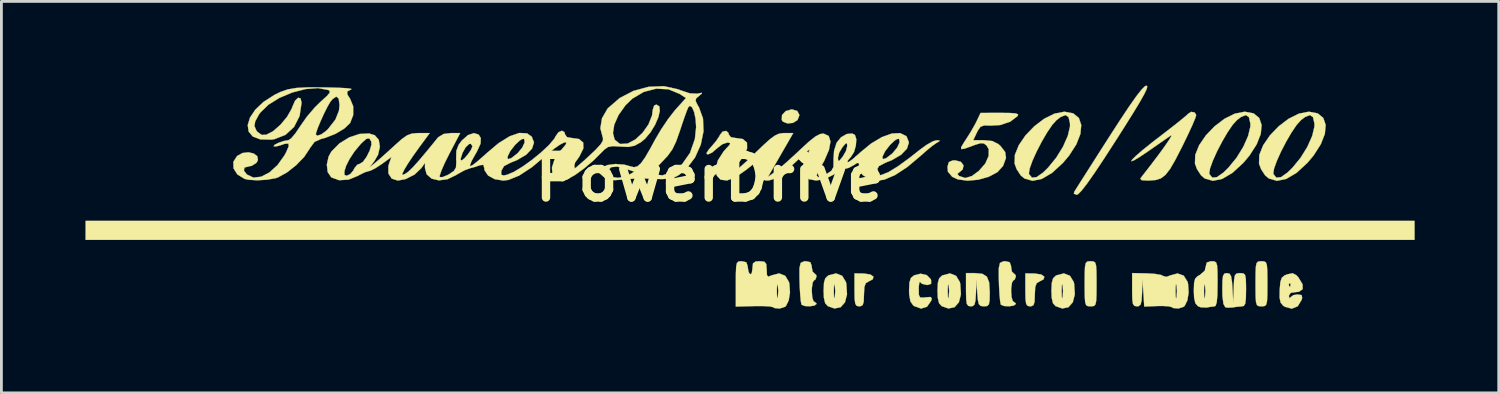
<source format=kicad_pcb>
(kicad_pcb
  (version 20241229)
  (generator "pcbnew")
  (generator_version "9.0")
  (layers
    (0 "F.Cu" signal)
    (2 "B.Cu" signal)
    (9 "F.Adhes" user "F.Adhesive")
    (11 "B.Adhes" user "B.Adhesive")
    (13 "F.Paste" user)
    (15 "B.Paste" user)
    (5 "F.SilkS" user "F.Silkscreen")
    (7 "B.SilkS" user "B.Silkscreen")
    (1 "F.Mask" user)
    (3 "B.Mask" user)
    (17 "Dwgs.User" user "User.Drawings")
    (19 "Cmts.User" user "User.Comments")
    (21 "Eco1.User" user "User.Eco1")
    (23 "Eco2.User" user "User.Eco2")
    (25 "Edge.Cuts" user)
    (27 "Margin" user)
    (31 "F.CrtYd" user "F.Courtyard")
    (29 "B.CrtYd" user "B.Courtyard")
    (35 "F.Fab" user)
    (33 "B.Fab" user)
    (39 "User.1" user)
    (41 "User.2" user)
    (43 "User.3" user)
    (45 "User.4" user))
  (footprint "PowerDrive"
    (layer "F.Cu")
    (at 22.272 3.307)
    (property "Reference" "PowerDrive" (at 0 0 0) (layer "F.SilkS") (effects (font (size 1.524 1.524) (thickness 0.3))))
    (attr through_hole)
    (fp_poly (pts (xy 25.146 2.201) (xy -22.267 2.201) (xy -22.267 1.524) (xy 25.146 1.524) (xy 25.146 2.201)) (stroke (width 0.01) (type solid)) (fill yes) (layer "F.SilkS"))
    (fp_poly (pts (xy 3.125 -2.396) (xy 3.2 -2.252) (xy 3.132 -2.074) (xy 3.132 -2.073) (xy 2.971 -1.973) (xy 2.772 -1.954) (xy 2.612 -2.017) (xy 2.57 -2.075) (xy 2.579 -2.252) (xy 2.712 -2.394) (xy 2.924 -2.455) (xy 2.934 -2.455) (xy 3.125 -2.396)) (stroke (width 0.01) (type solid)) (fill yes) (layer "F.SilkS"))
    (fp_poly (pts (xy 5.503 3.402) (xy 5.733 3.437) (xy 5.842 3.515) (xy 5.816 3.609) (xy 5.673 3.683) (xy 5.568 3.747) (xy 5.517 3.884) (xy 5.503 4.14) (xy 5.503 4.154) (xy 5.494 4.406) (xy 5.455 4.531) (xy 5.37 4.571) (xy 5.334 4.572) (xy 5.245 4.556) (xy 5.194 4.483) (xy 5.171 4.318) (xy 5.165 4.023) (xy 5.165 3.985) (xy 5.165 3.397) (xy 5.503 3.402)) (stroke (width 0.01) (type solid)) (fill yes) (layer "F.SilkS"))
    (fp_poly (pts (xy 11.599 3.402) (xy 11.829 3.437) (xy 11.938 3.515) (xy 11.912 3.609) (xy 11.769 3.683) (xy 11.664 3.747) (xy 11.613 3.884) (xy 11.599 4.14) (xy 11.599 4.154) (xy 11.59 4.406) (xy 11.551 4.531) (xy 11.466 4.571) (xy 11.43 4.572) (xy 11.341 4.556) (xy 11.29 4.483) (xy 11.267 4.318) (xy 11.261 4.023) (xy 11.261 3.985) (xy 11.261 3.397) (xy 11.599 3.402)) (stroke (width 0.01) (type solid)) (fill yes) (layer "F.SilkS"))
    (fp_poly (pts (xy 13.687 2.969) (xy 13.749 3.007) (xy 13.783 3.109) (xy 13.797 3.306) (xy 13.801 3.632) (xy 13.801 3.768) (xy 13.799 4.14) (xy 13.789 4.375) (xy 13.762 4.504) (xy 13.71 4.559) (xy 13.625 4.572) (xy 13.589 4.572) (xy 13.491 4.566) (xy 13.429 4.529) (xy 13.395 4.427) (xy 13.381 4.229) (xy 13.377 3.904) (xy 13.377 3.768) (xy 13.379 3.395) (xy 13.389 3.16) (xy 13.416 3.031) (xy 13.468 2.976) (xy 13.553 2.964) (xy 13.589 2.963) (xy 13.687 2.969)) (stroke (width 0.01) (type solid)) (fill yes) (layer "F.SilkS"))
    (fp_poly (pts (xy 19.783 2.969) (xy 19.845 3.007) (xy 19.879 3.109) (xy 19.893 3.306) (xy 19.897 3.632) (xy 19.897 3.768) (xy 19.895 4.14) (xy 19.885 4.375) (xy 19.858 4.504) (xy 19.806 4.559) (xy 19.721 4.572) (xy 19.685 4.572) (xy 19.587 4.566) (xy 19.525 4.529) (xy 19.491 4.427) (xy 19.477 4.229) (xy 19.473 3.904) (xy 19.473 3.768) (xy 19.475 3.395) (xy 19.485 3.16) (xy 19.512 3.031) (xy 19.564 2.976) (xy 19.649 2.964) (xy 19.685 2.963) (xy 19.783 2.969)) (stroke (width 0.01) (type solid)) (fill yes) (layer "F.SilkS"))
    (fp_poly (pts (xy 9.728 3.413) (xy 9.888 3.513) (xy 9.968 3.716) (xy 9.991 4.054) (xy 9.991 4.081) (xy 9.986 4.357) (xy 9.959 4.504) (xy 9.895 4.562) (xy 9.783 4.572) (xy 9.665 4.558) (xy 9.599 4.49) (xy 9.564 4.327) (xy 9.545 4.085) (xy 9.515 3.598) (xy 9.499 4.085) (xy 9.482 4.362) (xy 9.447 4.51) (xy 9.377 4.566) (xy 9.313 4.572) (xy 9.224 4.556) (xy 9.173 4.484) (xy 9.15 4.319) (xy 9.144 4.027) (xy 9.144 3.979) (xy 9.144 3.387) (xy 9.466 3.387) (xy 9.728 3.413)) (stroke (width 0.01) (type solid)) (fill yes) (layer "F.SilkS"))
    (fp_poly (pts (xy 4.724 3.482) (xy 4.859 3.704) (xy 4.874 3.768) (xy 4.898 4.144) (xy 4.825 4.429) (xy 4.67 4.604) (xy 4.451 4.649) (xy 4.212 4.565) (xy 4.119 4.462) (xy 4.073 4.265) (xy 4.064 4.022) (xy 4.427 4.022) (xy 4.432 4.222) (xy 4.447 4.296) (xy 4.462 4.256) (xy 4.478 4.023) (xy 4.463 3.832) (xy 4.444 3.774) (xy 4.431 3.865) (xy 4.427 4.022) (xy 4.064 4.022) (xy 4.064 4.02) (xy 4.076 3.738) (xy 4.122 3.575) (xy 4.218 3.48) (xy 4.241 3.467) (xy 4.508 3.398) (xy 4.724 3.482)) (stroke (width 0.01) (type solid)) (fill yes) (layer "F.SilkS"))
    (fp_poly (pts (xy 8.788 3.482) (xy 8.923 3.704) (xy 8.938 3.768) (xy 8.962 4.144) (xy 8.889 4.429) (xy 8.734 4.604) (xy 8.515 4.649) (xy 8.276 4.565) (xy 8.183 4.462) (xy 8.137 4.265) (xy 8.128 4.022) (xy 8.491 4.022) (xy 8.496 4.222) (xy 8.511 4.296) (xy 8.526 4.256) (xy 8.542 4.023) (xy 8.527 3.832) (xy 8.508 3.774) (xy 8.495 3.865) (xy 8.491 4.022) (xy 8.128 4.022) (xy 8.128 4.02) (xy 8.14 3.738) (xy 8.186 3.575) (xy 8.282 3.48) (xy 8.305 3.467) (xy 8.572 3.398) (xy 8.788 3.482)) (stroke (width 0.01) (type solid)) (fill yes) (layer "F.SilkS"))
    (fp_poly (pts (xy 12.852 3.482) (xy 12.987 3.704) (xy 13.002 3.768) (xy 13.026 4.144) (xy 12.953 4.429) (xy 12.798 4.604) (xy 12.579 4.649) (xy 12.34 4.565) (xy 12.247 4.462) (xy 12.201 4.265) (xy 12.192 4.022) (xy 12.555 4.022) (xy 12.56 4.222) (xy 12.575 4.296) (xy 12.59 4.256) (xy 12.606 4.023) (xy 12.591 3.832) (xy 12.572 3.774) (xy 12.559 3.865) (xy 12.555 4.022) (xy 12.192 4.022) (xy 12.192 4.02) (xy 12.204 3.738) (xy 12.25 3.575) (xy 12.346 3.48) (xy 12.369 3.467) (xy 12.636 3.398) (xy 12.852 3.482)) (stroke (width 0.01) (type solid)) (fill yes) (layer "F.SilkS"))
    (fp_poly (pts (xy 15.611 -3.272) (xy 15.587 -3.174) (xy 15.501 -2.995) (xy 15.348 -2.723) (xy 15.12 -2.346) (xy 14.81 -1.85) (xy 14.495 -1.355) (xy 14.073 -0.702) (xy 13.731 -0.189) (xy 13.465 0.19) (xy 13.271 0.441) (xy 13.144 0.57) (xy 13.097 0.592) (xy 12.992 0.554) (xy 13.006 0.487) (xy 13.067 0.389) (xy 13.206 0.169) (xy 13.411 -0.153) (xy 13.668 -0.557) (xy 13.965 -1.023) (xy 14.245 -1.46) (xy 14.645 -2.079) (xy 14.966 -2.561) (xy 15.215 -2.915) (xy 15.398 -3.149) (xy 15.522 -3.275) (xy 15.581 -3.302) (xy 15.611 -3.272)) (stroke (width 0.01) (type solid)) (fill yes) (layer "F.SilkS"))
    (fp_poly (pts (xy 7.745 3.46) (xy 7.885 3.603) (xy 7.898 3.64) (xy 7.898 3.77) (xy 7.774 3.81) (xy 7.746 3.81) (xy 7.576 3.77) (xy 7.507 3.704) (xy 7.48 3.711) (xy 7.461 3.852) (xy 7.457 3.944) (xy 7.461 4.162) (xy 7.505 4.254) (xy 7.625 4.262) (xy 7.706 4.251) (xy 7.878 4.239) (xy 7.924 4.291) (xy 7.902 4.372) (xy 7.754 4.585) (xy 7.54 4.652) (xy 7.294 4.563) (xy 7.26 4.539) (xy 7.16 4.396) (xy 7.116 4.145) (xy 7.112 3.994) (xy 7.126 3.719) (xy 7.178 3.561) (xy 7.287 3.468) (xy 7.289 3.467) (xy 7.525 3.408) (xy 7.745 3.46)) (stroke (width 0.01) (type solid)) (fill yes) (layer "F.SilkS"))
    (fp_poly (pts (xy 3.59 2.998) (xy 3.64 3.136) (xy 3.641 3.175) (xy 3.67 3.334) (xy 3.725 3.387) (xy 3.8 3.455) (xy 3.81 3.514) (xy 3.764 3.626) (xy 3.725 3.641) (xy 3.675 3.716) (xy 3.645 3.908) (xy 3.641 4.022) (xy 3.657 4.249) (xy 3.7 4.385) (xy 3.725 4.403) (xy 3.808 4.467) (xy 3.81 4.487) (xy 3.739 4.544) (xy 3.577 4.57) (xy 3.399 4.562) (xy 3.282 4.518) (xy 3.274 4.508) (xy 3.25 4.393) (xy 3.228 4.16) (xy 3.211 3.861) (xy 3.201 3.549) (xy 3.201 3.276) (xy 3.204 3.196) (xy 3.245 3.023) (xy 3.37 2.966) (xy 3.429 2.963) (xy 3.59 2.998)) (stroke (width 0.01) (type solid)) (fill yes) (layer "F.SilkS"))
    (fp_poly (pts (xy 10.702 2.998) (xy 10.752 3.136) (xy 10.753 3.175) (xy 10.782 3.334) (xy 10.837 3.387) (xy 10.912 3.455) (xy 10.922 3.514) (xy 10.876 3.626) (xy 10.837 3.641) (xy 10.787 3.716) (xy 10.757 3.908) (xy 10.753 4.022) (xy 10.769 4.249) (xy 10.812 4.385) (xy 10.837 4.403) (xy 10.92 4.467) (xy 10.922 4.487) (xy 10.851 4.544) (xy 10.689 4.57) (xy 10.511 4.562) (xy 10.394 4.518) (xy 10.386 4.508) (xy 10.362 4.393) (xy 10.34 4.16) (xy 10.323 3.861) (xy 10.313 3.549) (xy 10.313 3.276) (xy 10.316 3.196) (xy 10.357 3.023) (xy 10.482 2.966) (xy 10.541 2.963) (xy 10.702 2.998)) (stroke (width 0.01) (type solid)) (fill yes) (layer "F.SilkS"))
    (fp_poly (pts (xy 19.034 3.395) (xy 19.097 3.446) (xy 19.126 3.576) (xy 19.134 3.821) (xy 19.135 3.979) (xy 19.129 4.294) (xy 19.106 4.475) (xy 19.057 4.556) (xy 18.986 4.573) (xy 18.775 4.592) (xy 18.669 4.611) (xy 18.478 4.621) (xy 18.394 4.603) (xy 18.328 4.485) (xy 18.293 4.204) (xy 18.288 3.972) (xy 18.293 3.663) (xy 18.314 3.486) (xy 18.362 3.406) (xy 18.448 3.387) (xy 18.453 3.387) (xy 18.546 3.408) (xy 18.601 3.499) (xy 18.633 3.694) (xy 18.649 3.916) (xy 18.679 4.445) (xy 18.695 3.916) (xy 18.708 3.627) (xy 18.737 3.468) (xy 18.797 3.401) (xy 18.906 3.387) (xy 18.923 3.387) (xy 19.034 3.395)) (stroke (width 0.01) (type solid)) (fill yes) (layer "F.SilkS"))
    (fp_poly (pts (xy 18.005 2.969) (xy 18.067 3.007) (xy 18.101 3.109) (xy 18.115 3.306) (xy 18.119 3.632) (xy 18.119 3.768) (xy 18.112 4.173) (xy 18.089 4.428) (xy 18.048 4.553) (xy 18.013 4.573) (xy 17.845 4.593) (xy 17.738 4.615) (xy 17.524 4.608) (xy 17.42 4.568) (xy 17.327 4.463) (xy 17.282 4.266) (xy 17.272 4.022) (xy 17.635 4.022) (xy 17.64 4.222) (xy 17.655 4.296) (xy 17.67 4.256) (xy 17.686 4.023) (xy 17.671 3.832) (xy 17.652 3.774) (xy 17.639 3.865) (xy 17.635 4.022) (xy 17.272 4.022) (xy 17.272 4.016) (xy 17.281 3.741) (xy 17.32 3.584) (xy 17.41 3.494) (xy 17.484 3.456) (xy 17.661 3.303) (xy 17.695 3.161) (xy 17.734 3.01) (xy 17.88 2.964) (xy 17.907 2.963) (xy 18.005 2.969)) (stroke (width 0.01) (type solid)) (fill yes) (layer "F.SilkS"))
    (fp_poly (pts (xy 20.932 3.462) (xy 21.006 3.546) (xy 21.15 3.785) (xy 21.155 3.959) (xy 21.022 4.053) (xy 20.913 4.064) (xy 20.725 4.092) (xy 20.665 4.191) (xy 20.665 4.212) (xy 20.687 4.292) (xy 20.715 4.255) (xy 20.823 4.173) (xy 20.968 4.149) (xy 21.117 4.171) (xy 21.137 4.272) (xy 21.119 4.339) (xy 20.979 4.57) (xy 20.768 4.656) (xy 20.519 4.588) (xy 20.458 4.548) (xy 20.369 4.441) (xy 20.332 4.26) (xy 20.336 3.978) (xy 20.351 3.81) (xy 20.659 3.81) (xy 20.69 3.88) (xy 20.715 3.866) (xy 20.725 3.766) (xy 20.715 3.754) (xy 20.665 3.765) (xy 20.659 3.81) (xy 20.351 3.81) (xy 20.36 3.707) (xy 20.408 3.556) (xy 20.505 3.472) (xy 20.604 3.432) (xy 20.796 3.392) (xy 20.932 3.462)) (stroke (width 0.01) (type solid)) (fill yes) (layer "F.SilkS"))
    (fp_poly (pts (xy 17.304 -2.344) (xy 17.357 -2.25) (xy 17.32 -2.133) (xy 17.221 -1.897) (xy 17.072 -1.574) (xy 16.889 -1.196) (xy 16.843 -1.103) (xy 16.61 -0.65) (xy 16.424 -0.329) (xy 16.26 -0.118) (xy 16.096 0.007) (xy 15.908 0.066) (xy 15.672 0.084) (xy 15.605 0.085) (xy 15.412 0.071) (xy 15.364 0.022) (xy 15.388 -0.021) (xy 15.721 -0.449) (xy 16.008 -0.828) (xy 16.237 -1.141) (xy 16.395 -1.373) (xy 16.472 -1.507) (xy 16.455 -1.526) (xy 16.452 -1.524) (xy 16.298 -1.417) (xy 16.052 -1.246) (xy 15.758 -1.041) (xy 15.67 -0.98) (xy 15.337 -0.756) (xy 15.129 -0.633) (xy 15.041 -0.603) (xy 15.07 -0.661) (xy 15.208 -0.798) (xy 15.452 -1.009) (xy 15.797 -1.285) (xy 15.996 -1.438) (xy 16.355 -1.715) (xy 16.666 -1.958) (xy 16.902 -2.149) (xy 17.041 -2.268) (xy 17.065 -2.294) (xy 17.178 -2.367) (xy 17.304 -2.344)) (stroke (width 0.01) (type solid)) (fill yes) (layer "F.SilkS"))
    (fp_poly (pts (xy 15.6 3.397) (xy 15.885 3.415) (xy 16.097 3.451) (xy 16.182 3.491) (xy 16.294 3.522) (xy 16.422 3.473) (xy 16.693 3.399) (xy 16.911 3.478) (xy 17.048 3.695) (xy 17.066 3.768) (xy 17.087 4.078) (xy 17.042 4.361) (xy 16.945 4.557) (xy 16.905 4.591) (xy 16.72 4.65) (xy 16.537 4.633) (xy 16.481 4.6) (xy 16.371 4.571) (xy 16.149 4.559) (xy 15.964 4.562) (xy 15.503 4.58) (xy 15.472 4.089) (xy 15.468 4.022) (xy 16.619 4.022) (xy 16.624 4.222) (xy 16.639 4.296) (xy 16.654 4.256) (xy 16.67 4.023) (xy 16.655 3.832) (xy 16.636 3.774) (xy 16.623 3.865) (xy 16.619 4.022) (xy 15.468 4.022) (xy 15.441 3.598) (xy 15.425 4.085) (xy 15.409 4.362) (xy 15.373 4.51) (xy 15.303 4.566) (xy 15.24 4.572) (xy 15.151 4.556) (xy 15.1 4.484) (xy 15.077 4.32) (xy 15.071 4.027) (xy 15.071 3.979) (xy 15.071 3.386) (xy 15.6 3.397)) (stroke (width 0.01) (type solid)) (fill yes) (layer "F.SilkS"))
    (fp_poly (pts (xy 12.97 -2.312) (xy 13.17 -2.148) (xy 13.255 -1.898) (xy 13.225 -1.579) (xy 13.081 -1.209) (xy 12.823 -0.807) (xy 12.606 -0.55) (xy 12.217 -0.191) (xy 11.85 0.025) (xy 11.517 0.094) (xy 11.231 0.012) (xy 11.099 -0.096) (xy 11.05 -0.17) (xy 11.387 -0.17) (xy 11.392 -0.147) (xy 11.496 -0.019) (xy 11.66 -0.036) (xy 11.892 -0.199) (xy 12.068 -0.371) (xy 12.36 -0.727) (xy 12.603 -1.12) (xy 12.775 -1.507) (xy 12.854 -1.841) (xy 12.854 -1.954) (xy 12.802 -2.178) (xy 12.695 -2.253) (xy 12.517 -2.181) (xy 12.372 -2.07) (xy 12.216 -1.896) (xy 12.033 -1.625) (xy 11.842 -1.297) (xy 11.663 -0.95) (xy 11.514 -0.621) (xy 11.416 -0.348) (xy 11.387 -0.17) (xy 11.05 -0.17) (xy 10.951 -0.321) (xy 10.877 -0.521) (xy 10.888 -0.832) (xy 11.028 -1.177) (xy 11.267 -1.527) (xy 11.578 -1.85) (xy 11.931 -2.119) (xy 12.299 -2.302) (xy 12.652 -2.371) (xy 12.655 -2.371) (xy 12.97 -2.312)) (stroke (width 0.01) (type solid)) (fill yes) (layer "F.SilkS"))
    (fp_poly (pts (xy 19.405 -2.312) (xy 19.605 -2.148) (xy 19.69 -1.898) (xy 19.66 -1.579) (xy 19.515 -1.209) (xy 19.257 -0.807) (xy 19.041 -0.55) (xy 18.652 -0.191) (xy 18.285 0.025) (xy 17.952 0.094) (xy 17.665 0.012) (xy 17.534 -0.096) (xy 17.485 -0.17) (xy 17.821 -0.17) (xy 17.827 -0.147) (xy 17.93 -0.019) (xy 18.095 -0.036) (xy 18.326 -0.199) (xy 18.503 -0.371) (xy 18.795 -0.727) (xy 19.038 -1.12) (xy 19.21 -1.507) (xy 19.289 -1.841) (xy 19.289 -1.954) (xy 19.237 -2.178) (xy 19.129 -2.253) (xy 18.952 -2.181) (xy 18.807 -2.07) (xy 18.651 -1.896) (xy 18.468 -1.625) (xy 18.277 -1.297) (xy 18.097 -0.95) (xy 17.949 -0.621) (xy 17.85 -0.348) (xy 17.821 -0.17) (xy 17.485 -0.17) (xy 17.386 -0.321) (xy 17.312 -0.521) (xy 17.323 -0.832) (xy 17.462 -1.177) (xy 17.702 -1.527) (xy 18.013 -1.85) (xy 18.366 -2.119) (xy 18.734 -2.302) (xy 19.087 -2.371) (xy 19.09 -2.371) (xy 19.405 -2.312)) (stroke (width 0.01) (type solid)) (fill yes) (layer "F.SilkS"))
    (fp_poly (pts (xy 21.691 -2.312) (xy 21.891 -2.148) (xy 21.976 -1.898) (xy 21.946 -1.579) (xy 21.801 -1.209) (xy 21.543 -0.807) (xy 21.327 -0.55) (xy 20.938 -0.191) (xy 20.571 0.025) (xy 20.238 0.094) (xy 19.951 0.012) (xy 19.82 -0.096) (xy 19.771 -0.17) (xy 20.107 -0.17) (xy 20.113 -0.147) (xy 20.216 -0.019) (xy 20.381 -0.036) (xy 20.612 -0.199) (xy 20.789 -0.371) (xy 21.081 -0.727) (xy 21.324 -1.12) (xy 21.496 -1.507) (xy 21.575 -1.841) (xy 21.575 -1.954) (xy 21.523 -2.178) (xy 21.415 -2.253) (xy 21.238 -2.181) (xy 21.093 -2.07) (xy 20.937 -1.896) (xy 20.754 -1.625) (xy 20.563 -1.297) (xy 20.383 -0.95) (xy 20.235 -0.621) (xy 20.136 -0.348) (xy 20.107 -0.17) (xy 19.771 -0.17) (xy 19.672 -0.321) (xy 19.598 -0.521) (xy 19.609 -0.832) (xy 19.748 -1.177) (xy 19.988 -1.527) (xy 20.299 -1.85) (xy 20.652 -2.119) (xy 21.02 -2.302) (xy 21.373 -2.371) (xy 21.376 -2.371) (xy 21.691 -2.312)) (stroke (width 0.01) (type solid)) (fill yes) (layer "F.SilkS"))
    (fp_poly (pts (xy 1.948 2.98) (xy 2.018 3.062) (xy 2.032 3.263) (xy 2.041 3.456) (xy 2.088 3.515) (xy 2.201 3.472) (xy 2.209 3.467) (xy 2.476 3.398) (xy 2.692 3.482) (xy 2.827 3.704) (xy 2.842 3.768) (xy 2.863 4.078) (xy 2.818 4.361) (xy 2.721 4.557) (xy 2.681 4.591) (xy 2.498 4.65) (xy 2.316 4.635) (xy 2.259 4.602) (xy 2.154 4.578) (xy 1.925 4.564) (xy 1.62 4.563) (xy 1.568 4.564) (xy 0.931 4.581) (xy 0.931 4.022) (xy 2.395 4.022) (xy 2.4 4.222) (xy 2.415 4.296) (xy 2.43 4.256) (xy 2.446 4.023) (xy 2.431 3.832) (xy 2.412 3.774) (xy 2.399 3.865) (xy 2.395 4.022) (xy 0.931 4.022) (xy 0.931 3.772) (xy 0.933 3.398) (xy 0.943 3.162) (xy 0.969 3.032) (xy 1.021 2.976) (xy 1.106 2.964) (xy 1.143 2.963) (xy 1.304 2.999) (xy 1.354 3.136) (xy 1.355 3.17) (xy 1.386 3.349) (xy 1.439 3.429) (xy 1.499 3.396) (xy 1.524 3.231) (xy 1.524 3.222) (xy 1.544 3.04) (xy 1.639 2.972) (xy 1.778 2.963) (xy 1.948 2.98)) (stroke (width 0.01) (type solid)) (fill yes) (layer "F.SilkS"))
    (fp_poly (pts (xy 10.717 -2.326) (xy 10.919 -2.31) (xy 11.002 -2.277) (xy 10.989 -2.223) (xy 10.985 -2.218) (xy 10.722 -2.016) (xy 10.365 -1.896) (xy 10.028 -1.876) (xy 9.793 -1.883) (xy 9.66 -1.834) (xy 9.564 -1.695) (xy 9.532 -1.63) (xy 9.401 -1.355) (xy 9.784 -1.355) (xy 10.082 -1.325) (xy 10.295 -1.219) (xy 10.376 -1.147) (xy 10.54 -0.934) (xy 10.57 -0.723) (xy 10.473 -0.456) (xy 10.46 -0.43) (xy 10.264 -0.215) (xy 9.954 -0.05) (xy 9.581 0.055) (xy 9.196 0.089) (xy 8.849 0.042) (xy 8.65 -0.051) (xy 8.498 -0.233) (xy 8.483 -0.41) (xy 8.532 -0.573) (xy 8.663 -0.631) (xy 8.762 -0.635) (xy 8.96 -0.583) (xy 9.055 -0.459) (xy 9.027 -0.314) (xy 8.931 -0.231) (xy 8.836 -0.153) (xy 8.893 -0.081) (xy 8.901 -0.076) (xy 9.116 -0.006) (xy 9.35 -0.074) (xy 9.601 -0.258) (xy 9.832 -0.522) (xy 9.953 -0.794) (xy 9.954 -1.036) (xy 9.877 -1.166) (xy 9.78 -1.24) (xy 9.662 -1.248) (xy 9.465 -1.189) (xy 9.379 -1.156) (xy 9.106 -1.057) (xy 8.976 -1.035) (xy 8.97 -1.105) (xy 9.075 -1.282) (xy 9.138 -1.376) (xy 9.316 -1.657) (xy 9.476 -1.94) (xy 9.522 -2.032) (xy 9.663 -2.328) (xy 10.371 -2.33) (xy 10.717 -2.326)) (stroke (width 0.01) (type solid)) (fill yes) (layer "F.SilkS"))
    (fp_poly (pts (xy -13.648 -3.236) (xy -13.229 -3.225) (xy -12.938 -3.209) (xy -12.789 -3.187) (xy -12.794 -3.162) (xy -12.806 -3.158) (xy -12.932 -3.095) (xy -12.927 -2.982) (xy -12.83 -2.831) (xy -12.721 -2.565) (xy -12.721 -2.25) (xy -12.83 -1.969) (xy -12.833 -1.965) (xy -13.04 -1.769) (xy -13.354 -1.582) (xy -13.716 -1.439) (xy -13.863 -1.401) (xy -14.1 -1.295) (xy -14.266 -1.071) (xy -14.276 -1.05) (xy -14.47 -0.759) (xy -14.759 -0.461) (xy -15.089 -0.201) (xy -15.405 -0.028) (xy -15.484 -0.001) (xy -15.795 0.055) (xy -16.144 0.075) (xy -16.453 0.057) (xy -16.595 0.025) (xy -16.852 -0.133) (xy -16.99 -0.349) (xy -16.996 -0.584) (xy -16.863 -0.791) (xy -16.671 -0.898) (xy -16.46 -0.923) (xy -16.27 -0.88) (xy -16.143 -0.784) (xy -16.118 -0.647) (xy -16.171 -0.55) (xy -16.336 -0.442) (xy -16.431 -0.423) (xy -16.599 -0.381) (xy -16.62 -0.268) (xy -16.511 -0.128) (xy -16.28 -0.021) (xy -16.003 -0.052) (xy -15.708 -0.205) (xy -15.421 -0.466) (xy -15.17 -0.818) (xy -15.116 -0.918) (xy -15.021 -1.138) (xy -15.031 -1.235) (xy -15.159 -1.228) (xy -15.282 -1.185) (xy -15.462 -1.134) (xy -15.56 -1.138) (xy -15.524 -1.191) (xy -15.385 -1.261) (xy -15.204 -1.324) (xy -15.042 -1.354) (xy -15.029 -1.355) (xy -14.931 -1.422) (xy -14.812 -1.563) (xy -14.055 -1.563) (xy -14 -1.514) (xy -13.865 -1.56) (xy -13.695 -1.68) (xy -13.615 -1.757) (xy -13.355 -2.09) (xy -13.229 -2.404) (xy -13.208 -2.614) (xy -13.238 -2.842) (xy -13.325 -2.912) (xy -13.46 -2.819) (xy -13.536 -2.725) (xy -13.638 -2.552) (xy -13.764 -2.3) (xy -13.89 -2.021) (xy -13.994 -1.769) (xy -14.05 -1.595) (xy -14.055 -1.563) (xy -14.812 -1.563) (xy -14.781 -1.6) (xy -14.612 -1.851) (xy -14.604 -1.864) (xy -14.371 -2.196) (xy -14.087 -2.528) (xy -13.879 -2.731) (xy -13.661 -2.928) (xy -13.56 -3.049) (xy -13.563 -3.118) (xy -13.611 -3.147) (xy -13.978 -3.215) (xy -14.42 -3.18) (xy -14.892 -3.058) (xy -15.349 -2.867) (xy -15.746 -2.621) (xy -16.038 -2.337) (xy -16.089 -2.262) (xy -16.217 -2.026) (xy -16.245 -1.862) (xy -16.18 -1.71) (xy -16.142 -1.655) (xy -15.982 -1.542) (xy -15.82 -1.551) (xy -15.581 -1.674) (xy -15.319 -1.902) (xy -15.083 -2.185) (xy -14.916 -2.474) (xy -14.887 -2.555) (xy -14.792 -2.767) (xy -14.686 -2.869) (xy -14.599 -2.848) (xy -14.563 -2.692) (xy -14.563 -2.688) (xy -14.634 -2.216) (xy -14.831 -1.828) (xy -15.136 -1.546) (xy -15.531 -1.392) (xy -15.647 -1.375) (xy -16.037 -1.385) (xy -16.304 -1.487) (xy -16.451 -1.664) (xy -16.483 -1.894) (xy -16.403 -2.16) (xy -16.215 -2.441) (xy -15.922 -2.719) (xy -15.528 -2.973) (xy -15.325 -3.072) (xy -15.059 -3.166) (xy -14.751 -3.219) (xy -14.346 -3.24) (xy -14.182 -3.241) (xy -13.648 -3.236)) (stroke (width 0.01) (type solid)) (fill yes) (layer "F.SilkS"))
    (fp_poly (pts (xy 0.67 -1.614) (xy 0.677 -1.566) (xy 0.751 -1.464) (xy 0.882 -1.439) (xy 1.179 -1.397) (xy 1.329 -1.27) (xy 1.333 -1.06) (xy 1.189 -0.769) (xy 1.098 -0.641) (xy 0.92 -0.391) (xy 0.855 -0.263) (xy 0.9 -0.256) (xy 1.054 -0.369) (xy 1.314 -0.601) (xy 1.598 -0.874) (xy 1.921 -1.185) (xy 2.155 -1.395) (xy 2.329 -1.522) (xy 2.472 -1.586) (xy 2.612 -1.608) (xy 2.664 -1.609) (xy 2.979 -1.609) (xy 2.76 -1.228) (xy 2.578 -0.913) (xy 2.38 -0.569) (xy 2.309 -0.446) (xy 2.077 -0.045) (xy 2.339 -0.232) (xy 2.514 -0.371) (xy 2.768 -0.593) (xy 3.061 -0.86) (xy 3.227 -1.016) (xy 3.542 -1.306) (xy 3.771 -1.487) (xy 3.94 -1.575) (xy 4.064 -1.59) (xy 4.246 -1.505) (xy 4.308 -1.308) (xy 4.253 -1.007) (xy 4.081 -0.611) (xy 3.881 -0.264) (xy 3.813 -0.097) (xy 3.871 -0.033) (xy 4.041 -0.077) (xy 4.164 -0.142) (xy 4.342 -0.265) (xy 4.414 -0.4) (xy 4.418 -0.621) (xy 4.416 -0.652) (xy 4.421 -0.731) (xy 4.574 -0.731) (xy 4.583 -0.616) (xy 4.627 -0.624) (xy 4.74 -0.761) (xy 4.741 -0.762) (xy 4.86 -0.966) (xy 4.906 -1.143) (xy 4.896 -1.249) (xy 4.846 -1.234) (xy 4.739 -1.112) (xy 4.618 -0.909) (xy 4.574 -0.731) (xy 4.421 -0.731) (xy 4.436 -0.975) (xy 4.525 -1.26) (xy 4.525 -1.261) (xy 4.684 -1.458) (xy 4.889 -1.576) (xy 5.086 -1.593) (xy 5.181 -1.541) (xy 5.23 -1.392) (xy 5.214 -1.166) (xy 5.148 -0.933) (xy 5.043 -0.767) (xy 5.035 -0.76) (xy 4.93 -0.632) (xy 4.911 -0.57) (xy 4.966 -0.581) (xy 5.112 -0.689) (xy 5.193 -0.76) (xy 6.159 -0.76) (xy 6.178 -0.679) (xy 6.294 -0.712) (xy 6.491 -0.863) (xy 6.536 -0.905) (xy 6.691 -1.094) (xy 6.771 -1.269) (xy 6.773 -1.296) (xy 6.757 -1.406) (xy 6.676 -1.392) (xy 6.6 -1.344) (xy 6.438 -1.193) (xy 6.271 -0.98) (xy 6.253 -0.953) (xy 6.159 -0.76) (xy 5.193 -0.76) (xy 5.321 -0.872) (xy 5.365 -0.913) (xy 5.758 -1.236) (xy 6.143 -1.465) (xy 6.496 -1.592) (xy 6.792 -1.608) (xy 7.006 -1.505) (xy 7.026 -1.483) (xy 7.107 -1.275) (xy 7.037 -1.054) (xy 6.829 -0.837) (xy 6.498 -0.643) (xy 6.278 -0.556) (xy 6.038 -0.431) (xy 5.941 -0.262) (xy 5.941 -0.256) (xy 5.94 -0.123) (xy 6.025 -0.096) (xy 6.144 -0.121) (xy 6.386 -0.221) (xy 6.716 -0.423) (xy 7.144 -0.735) (xy 7.493 -1.011) (xy 7.74 -1.19) (xy 7.959 -1.313) (xy 8.086 -1.351) (xy 8.206 -1.345) (xy 8.178 -1.307) (xy 8.086 -1.255) (xy 7.934 -1.148) (xy 7.714 -0.966) (xy 7.519 -0.793) (xy 7.045 -0.395) (xy 6.609 -0.11) (xy 6.23 0.051) (xy 6.014 0.085) (xy 5.688 0.031) (xy 5.452 -0.115) (xy 5.339 -0.329) (xy 5.334 -0.391) (xy 5.323 -0.535) (xy 5.258 -0.543) (xy 5.146 -0.47) (xy 4.965 -0.371) (xy 4.845 -0.339) (xy 4.71 -0.294) (xy 4.504 -0.181) (xy 4.421 -0.127) (xy 4.103 0.031) (xy 3.798 0.083) (xy 3.54 0.035) (xy 3.364 -0.106) (xy 3.302 -0.32) (xy 3.346 -0.544) (xy 3.454 -0.801) (xy 3.48 -0.847) (xy 3.553 -0.979) (xy 3.556 -1.019) (xy 3.473 -0.959) (xy 3.29 -0.791) (xy 3.162 -0.668) (xy 2.806 -0.338) (xy 2.534 -0.116) (xy 2.319 0.016) (xy 2.132 0.076) (xy 2.016 0.085) (xy 1.785 0.019) (xy 1.665 -0.157) (xy 1.675 -0.41) (xy 1.693 -0.464) (xy 1.724 -0.568) (xy 1.696 -0.591) (xy 1.587 -0.524) (xy 1.376 -0.359) (xy 1.304 -0.301) (xy 0.925 -0.036) (xy 0.618 0.081) (xy 0.387 0.053) (xy 0.251 -0.091) (xy 0.208 -0.338) (xy 0.293 -0.638) (xy 0.491 -0.948) (xy 0.568 -1.035) (xy 0.706 -1.186) (xy 0.73 -1.253) (xy 0.649 -1.27) (xy 0.623 -1.27) (xy 0.45 -1.211) (xy 0.264 -1.068) (xy 0.254 -1.058) (xy 0.083 -0.913) (xy -0.065 -0.847) (xy -0.074 -0.847) (xy -0.118 -0.89) (xy -0.031 -1.024) (xy 0.056 -1.122) (xy 0.228 -1.325) (xy 0.346 -1.502) (xy 0.366 -1.545) (xy 0.461 -1.663) (xy 0.586 -1.687) (xy 0.67 -1.614)) (stroke (width 0.01) (type solid)) (fill yes) (layer "F.SilkS"))
    (fp_poly (pts (xy -1.132 -3.172) (xy -1.064 -3.144) (xy -0.715 -3.027) (xy -0.446 -3.014) (xy -0.435 -3.016) (xy -0.283 -3.047) (xy -0.283 -3.017) (xy -0.381 -2.937) (xy -0.486 -2.845) (xy -0.504 -2.758) (xy -0.435 -2.612) (xy -0.383 -2.525) (xy -0.24 -2.129) (xy -0.222 -1.672) (xy -0.32 -1.196) (xy -0.523 -0.741) (xy -0.82 -0.349) (xy -0.963 -0.219) (xy -1.119 -0.102) (xy -1.27 -0.025) (xy -1.453 0.018) (xy -1.703 0.032) (xy -2.058 0.023) (xy -2.413 0.005) (xy -2.587 0.009) (xy -2.861 0.028) (xy -3.091 0.049) (xy -3.4 0.071) (xy -3.6 0.05) (xy -3.749 -0.021) (xy -3.8 -0.06) (xy -3.932 -0.181) (xy -3.939 -0.269) (xy -3.923 -0.288) (xy -3.613 -0.288) (xy -3.607 -0.136) (xy -3.479 -0.041) (xy -3.271 -0.011) (xy -3.024 -0.057) (xy -2.889 -0.118) (xy -2.74 -0.2) (xy -2.02 -0.2) (xy -2.01 -0.14) (xy -1.688 -0.1) (xy -1.372 -0.204) (xy -0.99 -0.494) (xy -0.703 -0.902) (xy -0.53 -1.395) (xy -0.485 -1.824) (xy -0.505 -2.117) (xy -0.557 -2.363) (xy -0.63 -2.529) (xy -0.71 -2.582) (xy -0.764 -2.532) (xy -0.819 -2.401) (xy -0.909 -2.153) (xy -1.018 -1.833) (xy -1.062 -1.697) (xy -1.199 -1.31) (xy -1.333 -1.03) (xy -1.498 -0.8) (xy -1.704 -0.582) (xy -1.919 -0.354) (xy -2.02 -0.2) (xy -2.74 -0.2) (xy -2.687 -0.23) (xy -2.965 -0.326) (xy -3.303 -0.413) (xy -3.519 -0.392) (xy -3.613 -0.288) (xy -3.923 -0.288) (xy -3.857 -0.365) (xy -3.655 -0.467) (xy -3.359 -0.506) (xy -3.032 -0.478) (xy -2.835 -0.423) (xy -2.702 -0.391) (xy -2.582 -0.42) (xy -2.456 -0.529) (xy -2.307 -0.737) (xy -2.116 -1.066) (xy -1.951 -1.37) (xy -1.735 -1.738) (xy -1.486 -2.108) (xy -1.253 -2.409) (xy -1.226 -2.44) (xy -0.848 -2.86) (xy -1.071 -3.006) (xy -1.469 -3.171) (xy -1.907 -3.194) (xy -2.35 -3.08) (xy -2.761 -2.838) (xy -3.002 -2.606) (xy -3.254 -2.252) (xy -3.406 -1.911) (xy -3.453 -1.61) (xy -3.393 -1.376) (xy -3.222 -1.235) (xy -3.176 -1.22) (xy -2.922 -1.237) (xy -2.652 -1.381) (xy -2.396 -1.618) (xy -2.187 -1.915) (xy -2.058 -2.236) (xy -2.032 -2.44) (xy -1.983 -2.59) (xy -1.905 -2.625) (xy -1.799 -2.563) (xy -1.781 -2.399) (xy -1.836 -2.168) (xy -1.951 -1.903) (xy -2.112 -1.639) (xy -2.305 -1.409) (xy -2.455 -1.284) (xy -2.677 -1.161) (xy -2.899 -1.115) (xy -3.188 -1.128) (xy -3.46 -1.144) (xy -3.63 -1.112) (xy -3.766 -1.015) (xy -3.823 -0.956) (xy -4.144 -0.636) (xy -4.482 -0.348) (xy -4.803 -0.116) (xy -5.075 0.036) (xy -5.251 0.085) (xy -5.485 0.024) (xy -5.611 -0.14) (xy -5.63 -0.378) (xy -5.54 -0.66) (xy -5.342 -0.959) (xy -5.274 -1.035) (xy -5.135 -1.201) (xy -5.115 -1.278) (xy -5.192 -1.274) (xy -5.346 -1.195) (xy -5.556 -1.049) (xy -5.802 -0.845) (xy -5.809 -0.839) (xy -6.344 -0.392) (xy -6.801 -0.092) (xy -7.182 0.062) (xy -7.364 0.085) (xy -7.672 0.035) (xy -7.909 -0.096) (xy -8.034 -0.282) (xy -8.043 -0.353) (xy -8.075 -0.476) (xy -8.191 -0.464) (xy -8.395 -0.396) (xy -8.545 -0.357) (xy -8.749 -0.281) (xy -8.992 -0.148) (xy -9.044 -0.114) (xy -9.358 0.037) (xy -9.663 0.078) (xy -9.921 0.017) (xy -10.099 -0.139) (xy -10.16 -0.364) (xy -10.16 -0.546) (xy -10.292 -0.357) (xy -10.532 -0.129) (xy -10.85 0.032) (xy -11.126 0.085) (xy -11.345 0.016) (xy -11.464 -0.166) (xy -11.466 -0.426) (xy -11.442 -0.51) (xy -11.357 -0.755) (xy -11.702 -0.504) (xy -11.924 -0.359) (xy -12.102 -0.269) (xy -12.16 -0.254) (xy -12.302 -0.212) (xy -12.508 -0.11) (xy -12.55 -0.085) (xy -12.887 0.052) (xy -13.222 0.072) (xy -13.499 -0.028) (xy -13.505 -0.032) (xy -13.63 -0.219) (xy -13.633 -0.242) (xy -13.036 -0.242) (xy -13.031 -0.116) (xy -12.949 -0.086) (xy -12.821 -0.149) (xy -12.714 -0.278) (xy -12.675 -0.36) (xy -12.569 -0.485) (xy -12.493 -0.508) (xy -12.375 -0.58) (xy -12.245 -0.757) (xy -12.133 -0.98) (xy -12.07 -1.191) (xy -12.075 -1.307) (xy -12.143 -1.418) (xy -12.24 -1.41) (xy -12.397 -1.276) (xy -12.464 -1.206) (xy -12.679 -0.947) (xy -12.852 -0.683) (xy -12.974 -0.44) (xy -13.036 -0.242) (xy -13.633 -0.242) (xy -13.661 -0.485) (xy -13.598 -0.77) (xy -13.5 -0.948) (xy -13.212 -1.239) (xy -12.862 -1.455) (xy -12.494 -1.578) (xy -12.152 -1.594) (xy -11.95 -1.531) (xy -11.808 -1.368) (xy -11.769 -1.121) (xy -11.833 -0.839) (xy -11.955 -0.625) (xy -12.141 -0.381) (xy -11.934 -0.549) (xy -11.769 -0.69) (xy -11.531 -0.903) (xy -11.267 -1.143) (xy -11.246 -1.163) (xy -10.988 -1.393) (xy -10.799 -1.527) (xy -10.629 -1.59) (xy -10.43 -1.608) (xy -10.378 -1.609) (xy -9.991 -1.609) (xy -10.381 -1.079) (xy -10.588 -0.789) (xy -10.769 -0.519) (xy -10.887 -0.324) (xy -10.894 -0.312) (xy -10.971 -0.152) (xy -10.957 -0.113) (xy -10.845 -0.165) (xy -10.844 -0.166) (xy -10.736 -0.246) (xy -10.579 -0.401) (xy -10.36 -0.646) (xy -10.066 -0.996) (xy -9.688 -1.46) (xy -9.491 -1.578) (xy -9.236 -1.609) (xy -8.904 -1.609) (xy -9.299 -0.854) (xy -9.46 -0.532) (xy -9.576 -0.265) (xy -9.635 -0.089) (xy -9.635 -0.039) (xy -9.531 -0.039) (xy -9.348 -0.114) (xy -9.299 -0.141) (xy -9.129 -0.257) (xy -9.053 -0.382) (xy -9.041 -0.584) (xy -9.045 -0.652) (xy -8.887 -0.652) (xy -8.845 -0.633) (xy -8.746 -0.714) (xy -8.626 -0.852) (xy -8.521 -1.004) (xy -8.468 -1.13) (xy -8.467 -1.145) (xy -8.526 -1.227) (xy -8.582 -1.22) (xy -8.704 -1.108) (xy -8.818 -0.91) (xy -8.884 -0.705) (xy -8.887 -0.652) (xy -9.045 -0.652) (xy -9.047 -0.688) (xy -9.04 -0.975) (xy -8.958 -1.19) (xy -8.846 -1.342) (xy -8.626 -1.535) (xy -8.414 -1.608) (xy -8.245 -1.555) (xy -8.168 -1.432) (xy -8.177 -1.233) (xy -8.309 -0.943) (xy -8.37 -0.839) (xy -8.494 -0.618) (xy -8.553 -0.468) (xy -8.542 -0.423) (xy -8.442 -0.478) (xy -8.259 -0.623) (xy -8.104 -0.76) (xy -7.218 -0.76) (xy -7.199 -0.679) (xy -7.083 -0.712) (xy -6.887 -0.863) (xy -6.841 -0.905) (xy -6.686 -1.094) (xy -6.607 -1.269) (xy -6.604 -1.296) (xy -6.621 -1.406) (xy -6.701 -1.392) (xy -6.777 -1.344) (xy -6.94 -1.193) (xy -7.107 -0.98) (xy -7.124 -0.953) (xy -7.218 -0.76) (xy -8.104 -0.76) (xy -8.026 -0.829) (xy -7.974 -0.878) (xy -7.536 -1.247) (xy -7.139 -1.494) (xy -6.796 -1.613) (xy -6.52 -1.6) (xy -6.351 -1.483) (xy -6.27 -1.275) (xy -6.341 -1.054) (xy -6.549 -0.837) (xy -6.879 -0.643) (xy -7.099 -0.556) (xy -7.339 -0.431) (xy -7.436 -0.262) (xy -7.437 -0.256) (xy -7.438 -0.123) (xy -7.354 -0.096) (xy -7.23 -0.122) (xy -6.988 -0.224) (xy -6.679 -0.411) (xy -6.343 -0.652) (xy -6.017 -0.918) (xy -5.74 -1.177) (xy -5.551 -1.399) (xy -5.499 -1.494) (xy -5.398 -1.638) (xy -5.274 -1.692) (xy -5.182 -1.643) (xy -5.165 -1.566) (xy -5.091 -1.464) (xy -4.96 -1.439) (xy -4.663 -1.397) (xy -4.513 -1.27) (xy -4.509 -1.06) (xy -4.653 -0.769) (xy -4.744 -0.641) (xy -4.921 -0.393) (xy -4.982 -0.268) (xy -4.928 -0.267) (xy -4.759 -0.389) (xy -4.475 -0.635) (xy -4.368 -0.733) (xy -4.074 -1.009) (xy -3.895 -1.203) (xy -3.812 -1.336) (xy -3.808 -1.432) (xy -3.817 -1.453) (xy -3.902 -1.78) (xy -3.844 -2.136) (xy -3.65 -2.474) (xy -3.627 -2.5) (xy -3.215 -2.858) (xy -2.718 -3.115) (xy -2.177 -3.26) (xy -1.635 -3.282) (xy -1.132 -3.172)) (stroke (width 0.01) (type solid)) (fill yes) (layer "F.SilkS")))
  (gr_rect
    (start -3 -3)
    (end 50.423 10.968)
    (stroke (width 0.1) (type default))
    (fill no)
    (layer "Edge.Cuts")))
</source>
